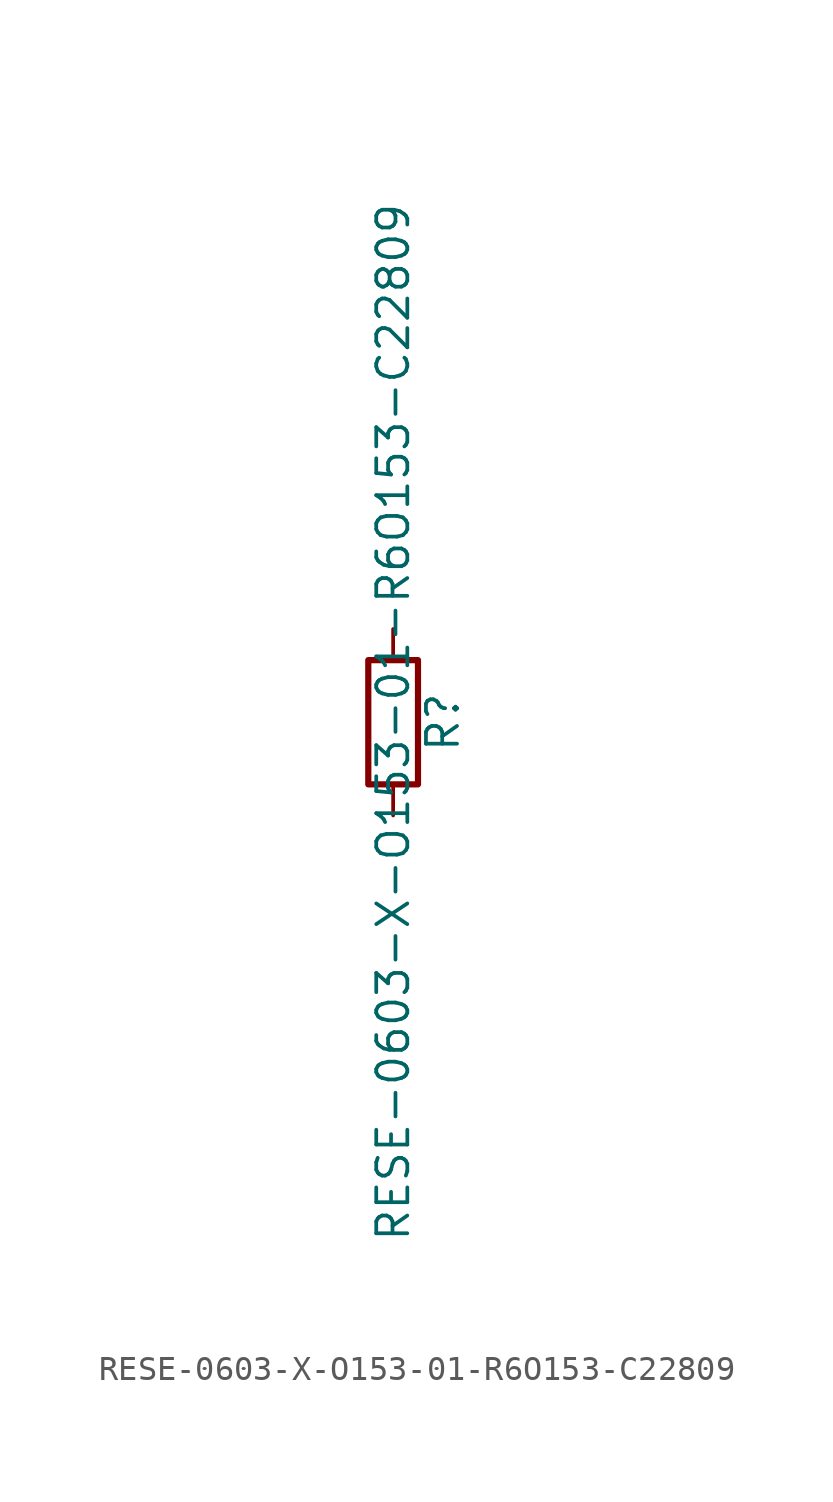
<source format=kicad_sym>
(kicad_symbol_lib
  (version 20211014)
  (generator kicad_symbol_editor)
  (symbol "RESE-0603-X-O153-01-R6O153-C22809"
    (pin_numbers hide)
    (pin_names
      (offset 0))
    (property "Reference" "R"
      (at 2.032 0 90)
      (effects (font (size 1.27 1.27))))
    (property "Value" "RESE-0603-X-O153-01-R6O153-C22809"
      (at 0 0 90)
      (effects (font (size 1.27 1.27))))
    (symbol "RESE-0603-X-O153-01-R6O153-C22809_0_1"
      (rectangle (start -1.016 -2.54) (end 1.016 2.54) (stroke (width 0.254) (type default) (color 0 0 0 0)) (fill (type none))))
    (symbol "RESE-0603-X-O153-01-R6O153-C22809_1_1"
      (pin passive line (at 0 3.81 270) (length 1.27) (name "~" (effects (font (size 1.27 1.27)))) (number "1" (effects (font (size 1.27 1.27)))))
      (pin passive line (at 0 -3.81 90) (length 1.27) (name "~" (effects (font (size 1.27 1.27)))) (number "2" (effects (font (size 1.27 1.27))))))))
</source>
